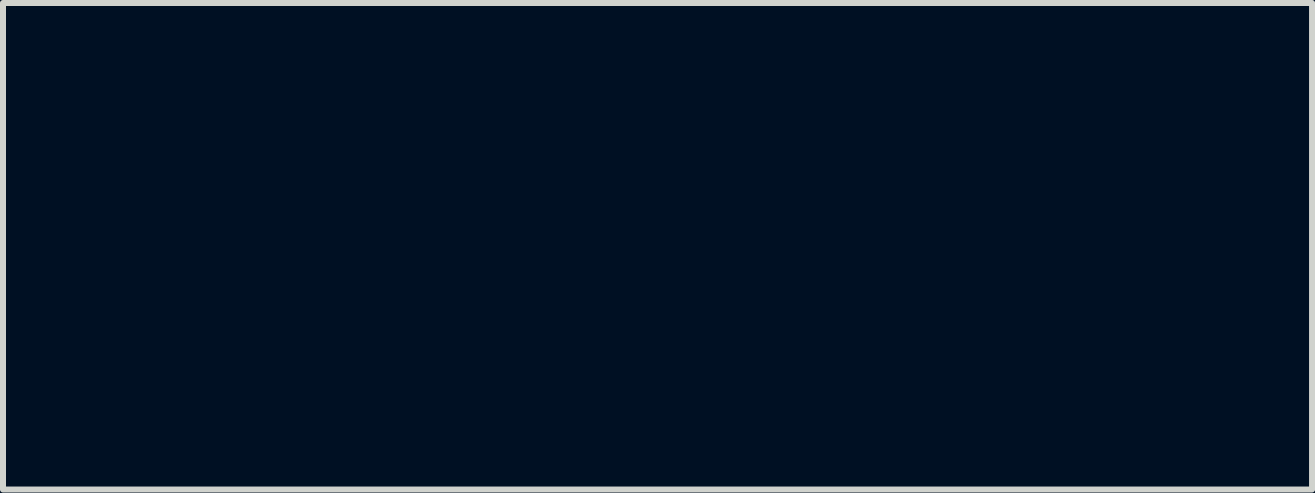
<source format=kicad_pcb>
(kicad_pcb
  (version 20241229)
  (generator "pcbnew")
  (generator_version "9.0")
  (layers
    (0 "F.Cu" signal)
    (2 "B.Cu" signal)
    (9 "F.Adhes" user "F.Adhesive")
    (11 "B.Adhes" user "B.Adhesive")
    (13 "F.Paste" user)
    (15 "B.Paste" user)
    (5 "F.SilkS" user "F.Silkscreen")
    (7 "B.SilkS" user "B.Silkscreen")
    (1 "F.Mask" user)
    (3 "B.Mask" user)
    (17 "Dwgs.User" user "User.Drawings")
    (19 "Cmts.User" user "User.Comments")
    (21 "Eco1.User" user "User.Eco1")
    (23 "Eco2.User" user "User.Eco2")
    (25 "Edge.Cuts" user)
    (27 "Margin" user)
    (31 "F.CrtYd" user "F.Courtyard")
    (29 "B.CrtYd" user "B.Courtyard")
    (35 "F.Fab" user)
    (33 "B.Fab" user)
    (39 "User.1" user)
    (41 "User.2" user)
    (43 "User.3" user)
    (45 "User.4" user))
  (footprint "KiCable-NoFootprint"
    (layer "F.Cu")
    (at 7.911 0.762)
    (property "Reference" "KiCable-NoFootprint" (at 0 0.5 0) (layer "Eco1.User") (effects (font (size 1 1) (thickness 0.15))))
    (attr through_hole)
    (pad "" connect circle (at 0 0) (size 1.524 1.524) (layers "Eco1.User"))
    (pad "" connect circle (at 0 0) (size 1.524 1.524) (layers "Eco1.User"))
    (pad "" connect circle (at 0 0) (size 1.524 1.524) (layers "Eco1.User"))
    (pad "" connect circle (at 0 0) (size 1.524 1.524) (layers "Eco1.User"))
    (pad "" connect circle (at 0 0) (size 1.524 1.524) (layers "Eco1.User"))
    (pad "" connect circle (at 0 0) (size 1.524 1.524) (layers "Eco1.User"))
    (pad "" connect circle (at 0 0) (size 1.524 1.524) (layers "Eco1.User"))
    (pad "" connect circle (at 0 0) (size 1.524 1.524) (layers "Eco1.User"))
    (pad "" connect circle (at 0 0) (size 1.524 1.524) (layers "Eco1.User"))
    (pad "" connect circle (at 0 0) (size 1.524 1.524) (layers "Eco1.User"))
    (pad "" connect circle (at 0 0) (size 1.524 1.524) (layers "Eco1.User"))
    (pad "" connect circle (at 0 0) (size 1.524 1.524) (layers "Eco1.User"))
    (pad "" connect circle (at 0 0) (size 1.524 1.524) (layers "Eco1.User"))
    (pad "" connect circle (at 0 0) (size 1.524 1.524) (layers "Eco1.User"))
    (pad "" connect circle (at 0 0) (size 1.524 1.524) (layers "Eco1.User"))
    (pad "" connect circle (at 0 0) (size 1.524 1.524) (layers "Eco1.User"))
    (pad "" connect circle (at 0 0) (size 1.524 1.524) (layers "Eco1.User"))
    (pad "" connect circle (at 0 0) (size 1.524 1.524) (layers "Eco1.User"))
    (pad "" connect circle (at 0 0) (size 1.524 1.524) (layers "Eco1.User"))
    (pad "" connect circle (at 0 0) (size 1.524 1.524) (layers "Eco1.User"))
    (pad "" connect circle (at 0 0) (size 1.524 1.524) (layers "Eco1.User"))
    (pad "" connect circle (at 0 0) (size 1.524 1.524) (layers "Eco1.User"))
    (pad "" connect circle (at 0 0) (size 1.524 1.524) (layers "Eco1.User"))
    (pad "" connect circle (at 0 0) (size 1.524 1.524) (layers "Eco1.User"))
    (pad "" connect circle (at 0 0) (size 1.524 1.524) (layers "Eco1.User"))
    (pad "" connect circle (at 0 0) (size 1.524 1.524) (layers "Eco1.User"))
    (pad "" connect circle (at 0 0) (size 1.524 1.524) (layers "Eco1.User"))
    (pad "" connect circle (at 0 0) (size 1.524 1.524) (layers "Eco1.User"))
    (pad "" connect circle (at 0 0) (size 1.524 1.524) (layers "Eco1.User"))
    (pad "" connect circle (at 0 0) (size 1.524 1.524) (layers "Eco1.User"))
    (pad "" connect circle (at 0 0) (size 1.524 1.524) (layers "Eco1.User"))
    (pad "" connect circle (at 0 0) (size 1.524 1.524) (layers "Eco1.User"))
    (pad "" connect circle (at 0 0) (size 1.524 1.524) (layers "Eco1.User"))
    (pad "" connect circle (at 0 0) (size 1.524 1.524) (layers "Eco1.User"))
    (pad "" connect circle (at 0 0) (size 1.524 1.524) (layers "Eco1.User"))
    (pad "" connect circle (at 0 0) (size 1.524 1.524) (layers "Eco1.User"))
    (pad "" connect circle (at 0 0) (size 1.524 1.524) (layers "Eco1.User"))
    (pad "" connect circle (at 0 0) (size 1.524 1.524) (layers "Eco1.User"))
    (pad "" connect circle (at 0 0) (size 1.524 1.524) (layers "Eco1.User"))
    (pad "" connect circle (at 0 0) (size 1.524 1.524) (layers "Eco1.User"))
    (pad "" connect circle (at 0 0) (size 1.524 1.524) (layers "Eco1.User"))
    (pad "" connect circle (at 0 0) (size 1.524 1.524) (layers "Eco1.User"))
    (pad "" connect circle (at 0 0) (size 1.524 1.524) (layers "Eco1.User"))
    (pad "" connect circle (at 0 0) (size 1.524 1.524) (layers "Eco1.User"))
    (pad "" connect circle (at 0 0) (size 1.524 1.524) (layers "Eco1.User"))
    (pad "" connect circle (at 0 0) (size 1.524 1.524) (layers "Eco1.User"))
    (pad "" connect circle (at 0 0) (size 1.524 1.524) (layers "Eco1.User"))
    (pad "" connect circle (at 0 0) (size 1.524 1.524) (layers "Eco1.User"))
    (pad "" connect circle (at 0 0) (size 1.524 1.524) (layers "Eco1.User"))
    (pad "" connect circle (at 0 0) (size 1.524 1.524) (layers "Eco1.User")))
  (gr_rect
    (start -3 -3)
    (end 18.821 5.11)
    (stroke (width 0.1) (type default))
    (fill no)
    (layer "Edge.Cuts")))
</source>
